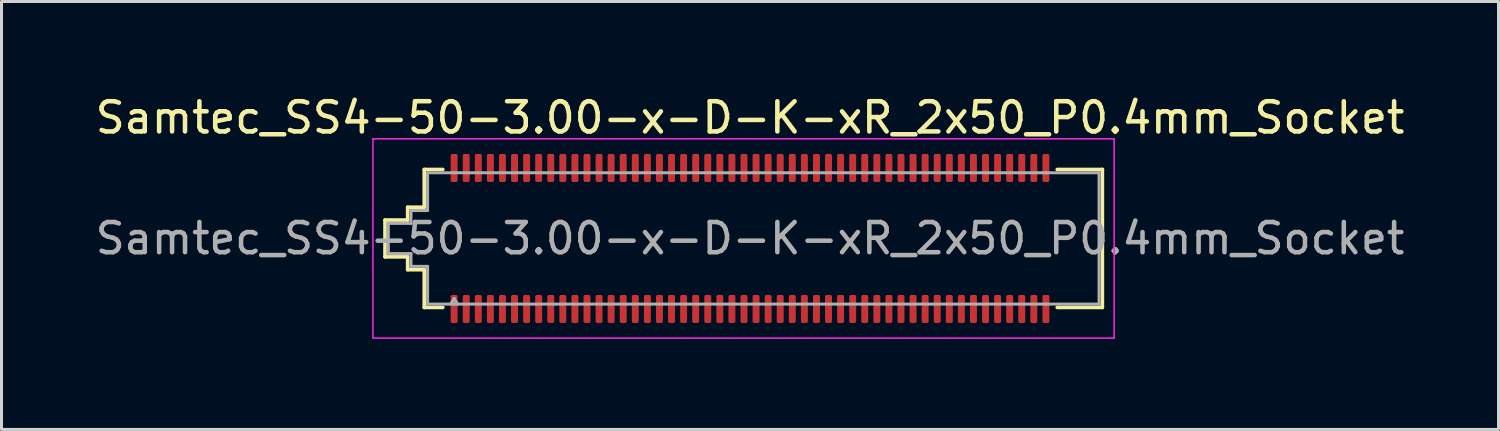
<source format=kicad_pcb>
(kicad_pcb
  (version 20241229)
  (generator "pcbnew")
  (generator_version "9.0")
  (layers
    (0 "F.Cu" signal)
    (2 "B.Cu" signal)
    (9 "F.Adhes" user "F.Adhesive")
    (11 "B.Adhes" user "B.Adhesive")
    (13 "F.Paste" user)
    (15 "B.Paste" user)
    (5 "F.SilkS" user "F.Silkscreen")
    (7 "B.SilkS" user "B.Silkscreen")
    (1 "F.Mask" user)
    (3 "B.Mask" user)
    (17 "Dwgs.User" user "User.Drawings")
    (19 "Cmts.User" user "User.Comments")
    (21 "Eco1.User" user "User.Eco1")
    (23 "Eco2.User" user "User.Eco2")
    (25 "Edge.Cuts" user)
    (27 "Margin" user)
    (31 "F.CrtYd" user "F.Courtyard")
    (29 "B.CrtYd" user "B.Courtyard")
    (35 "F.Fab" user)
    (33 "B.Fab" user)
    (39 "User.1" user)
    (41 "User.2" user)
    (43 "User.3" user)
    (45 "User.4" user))
  (footprint "Samtec_SS4-50-3.00-x-D-K-xR_2x50_P0.4mm_Socket"
    (layer "F.Cu")
    (at 21.792 4.848)
    (property "Reference" "Samtec_SS4-50-3.00-x-D-K-xR_2x50_P0.4mm_Socket" (at 0 -4 0) (layer "F.SilkS") (effects (font (size 1 1) (thickness 0.15))))
    (attr smd)
    (fp_line (start -12.09 -0.61) (end -11.34 -0.61) (stroke (width 0.12) (type solid)) (layer "F.SilkS"))
    (fp_line (start -12.09 0.61) (end -12.09 -0.61) (stroke (width 0.12) (type solid)) (layer "F.SilkS"))
    (fp_line (start -11.34 -1.035) (end -10.79 -1.035) (stroke (width 0.12) (type solid)) (layer "F.SilkS"))
    (fp_line (start -11.34 -0.61) (end -11.34 -1.035) (stroke (width 0.12) (type solid)) (layer "F.SilkS"))
    (fp_line (start -11.34 0.61) (end -12.09 0.61) (stroke (width 0.12) (type solid)) (layer "F.SilkS"))
    (fp_line (start -11.34 1.035) (end -11.34 0.61) (stroke (width 0.12) (type solid)) (layer "F.SilkS"))
    (fp_line (start -10.79 -2.285) (end -10.175 -2.285) (stroke (width 0.12) (type solid)) (layer "F.SilkS"))
    (fp_line (start -10.79 -1.035) (end -10.79 -2.285) (stroke (width 0.12) (type solid)) (layer "F.SilkS"))
    (fp_line (start -10.79 1.035) (end -11.34 1.035) (stroke (width 0.12) (type solid)) (layer "F.SilkS"))
    (fp_line (start -10.79 2.285) (end -10.79 1.035) (stroke (width 0.12) (type solid)) (layer "F.SilkS"))
    (fp_line (start -10.175 2.285) (end -10.79 2.285) (stroke (width 0.12) (type solid)) (layer "F.SilkS"))
    (fp_line (start 10.175 -2.285) (end 11.67 -2.285) (stroke (width 0.12) (type solid)) (layer "F.SilkS"))
    (fp_line (start 11.67 -2.285) (end 11.67 2.285) (stroke (width 0.12) (type solid)) (layer "F.SilkS"))
    (fp_line (start 11.67 2.285) (end 10.175 2.285) (stroke (width 0.12) (type solid)) (layer "F.SilkS"))
    (fp_line (start -12.49 -3.3) (end -12.49 3.3) (stroke (width 0.05) (type solid)) (layer "F.CrtYd"))
    (fp_line (start -12.49 3.3) (end 12.06 3.3) (stroke (width 0.05) (type solid)) (layer "F.CrtYd"))
    (fp_line (start 12.06 -3.3) (end -12.49 -3.3) (stroke (width 0.05) (type solid)) (layer "F.CrtYd"))
    (fp_line (start 12.06 3.3) (end 12.06 -3.3) (stroke (width 0.05) (type solid)) (layer "F.CrtYd"))
    (fp_line (start -11.98 -0.5) (end -11.23 -0.5) (stroke (width 0.1) (type solid)) (layer "F.Fab"))
    (fp_line (start -11.98 0.5) (end -11.98 -0.5) (stroke (width 0.1) (type solid)) (layer "F.Fab"))
    (fp_line (start -11.23 -0.925) (end -10.68 -0.925) (stroke (width 0.1) (type solid)) (layer "F.Fab"))
    (fp_line (start -11.23 -0.5) (end -11.23 -0.925) (stroke (width 0.1) (type solid)) (layer "F.Fab"))
    (fp_line (start -11.23 0.5) (end -11.98 0.5) (stroke (width 0.1) (type solid)) (layer "F.Fab"))
    (fp_line (start -11.23 0.925) (end -11.23 0.5) (stroke (width 0.1) (type solid)) (layer "F.Fab"))
    (fp_line (start -10.68 -2.175) (end -9.8 -2.175) (stroke (width 0.1) (type solid)) (layer "F.Fab"))
    (fp_line (start -10.68 -0.925) (end -10.68 -2.175) (stroke (width 0.1) (type solid)) (layer "F.Fab"))
    (fp_line (start -10.68 0.925) (end -11.23 0.925) (stroke (width 0.1) (type solid)) (layer "F.Fab"))
    (fp_line (start -10.68 2.175) (end -10.68 0.925) (stroke (width 0.1) (type solid)) (layer "F.Fab"))
    (fp_line (start -9.8 -2.175) (end 9.8 -2.175) (stroke (width 0.1) (type solid)) (layer "F.Fab"))
    (fp_line (start -9.8 1.991) (end -9.915 2.175) (stroke (width 0.1) (type solid)) (layer "F.Fab"))
    (fp_line (start -9.8 1.991) (end -9.685 2.175) (stroke (width 0.1) (type solid)) (layer "F.Fab"))
    (fp_line (start -9.8 2.175) (end -10.68 2.175) (stroke (width 0.1) (type solid)) (layer "F.Fab"))
    (fp_line (start 9.8 -2.175) (end 11.56 -2.175) (stroke (width 0.1) (type solid)) (layer "F.Fab"))
    (fp_line (start 9.8 2.175) (end -9.8 2.175) (stroke (width 0.1) (type solid)) (layer "F.Fab"))
    (fp_line (start 11.56 -2.175) (end 11.56 2.175) (stroke (width 0.1) (type solid)) (layer "F.Fab"))
    (fp_line (start 11.56 2.175) (end 9.8 2.175) (stroke (width 0.1) (type solid)) (layer "F.Fab"))
    (fp_text user "${REFERENCE}" (at 0 0 0) (layer "F.Fab") (effects (font (size 1 1) (thickness 0.15))))
    (pad "1" smd roundrect (at -9.8 2.335) (size 0.23 0.93) (layers "F.Cu" "F.Mask" "F.Paste") (roundrect_rratio 0.25))
    (pad "2" smd roundrect (at -9.8 -2.335) (size 0.23 0.93) (layers "F.Cu" "F.Mask" "F.Paste") (roundrect_rratio 0.25))
    (pad "3" smd roundrect (at -9.4 2.335) (size 0.23 0.93) (layers "F.Cu" "F.Mask" "F.Paste") (roundrect_rratio 0.25))
    (pad "4" smd roundrect (at -9.4 -2.335) (size 0.23 0.93) (layers "F.Cu" "F.Mask" "F.Paste") (roundrect_rratio 0.25))
    (pad "5" smd roundrect (at -9 2.335) (size 0.23 0.93) (layers "F.Cu" "F.Mask" "F.Paste") (roundrect_rratio 0.25))
    (pad "6" smd roundrect (at -9 -2.335) (size 0.23 0.93) (layers "F.Cu" "F.Mask" "F.Paste") (roundrect_rratio 0.25))
    (pad "7" smd roundrect (at -8.6 2.335) (size 0.23 0.93) (layers "F.Cu" "F.Mask" "F.Paste") (roundrect_rratio 0.25))
    (pad "8" smd roundrect (at -8.6 -2.335) (size 0.23 0.93) (layers "F.Cu" "F.Mask" "F.Paste") (roundrect_rratio 0.25))
    (pad "9" smd roundrect (at -8.2 2.335) (size 0.23 0.93) (layers "F.Cu" "F.Mask" "F.Paste") (roundrect_rratio 0.25))
    (pad "10" smd roundrect (at -8.2 -2.335) (size 0.23 0.93) (layers "F.Cu" "F.Mask" "F.Paste") (roundrect_rratio 0.25))
    (pad "11" smd roundrect (at -7.8 2.335) (size 0.23 0.93) (layers "F.Cu" "F.Mask" "F.Paste") (roundrect_rratio 0.25))
    (pad "12" smd roundrect (at -7.8 -2.335) (size 0.23 0.93) (layers "F.Cu" "F.Mask" "F.Paste") (roundrect_rratio 0.25))
    (pad "13" smd roundrect (at -7.4 2.335) (size 0.23 0.93) (layers "F.Cu" "F.Mask" "F.Paste") (roundrect_rratio 0.25))
    (pad "14" smd roundrect (at -7.4 -2.335) (size 0.23 0.93) (layers "F.Cu" "F.Mask" "F.Paste") (roundrect_rratio 0.25))
    (pad "15" smd roundrect (at -7 2.335) (size 0.23 0.93) (layers "F.Cu" "F.Mask" "F.Paste") (roundrect_rratio 0.25))
    (pad "16" smd roundrect (at -7 -2.335) (size 0.23 0.93) (layers "F.Cu" "F.Mask" "F.Paste") (roundrect_rratio 0.25))
    (pad "17" smd roundrect (at -6.6 2.335) (size 0.23 0.93) (layers "F.Cu" "F.Mask" "F.Paste") (roundrect_rratio 0.25))
    (pad "18" smd roundrect (at -6.6 -2.335) (size 0.23 0.93) (layers "F.Cu" "F.Mask" "F.Paste") (roundrect_rratio 0.25))
    (pad "19" smd roundrect (at -6.2 2.335) (size 0.23 0.93) (layers "F.Cu" "F.Mask" "F.Paste") (roundrect_rratio 0.25))
    (pad "20" smd roundrect (at -6.2 -2.335) (size 0.23 0.93) (layers "F.Cu" "F.Mask" "F.Paste") (roundrect_rratio 0.25))
    (pad "21" smd roundrect (at -5.8 2.335) (size 0.23 0.93) (layers "F.Cu" "F.Mask" "F.Paste") (roundrect_rratio 0.25))
    (pad "22" smd roundrect (at -5.8 -2.335) (size 0.23 0.93) (layers "F.Cu" "F.Mask" "F.Paste") (roundrect_rratio 0.25))
    (pad "23" smd roundrect (at -5.4 2.335) (size 0.23 0.93) (layers "F.Cu" "F.Mask" "F.Paste") (roundrect_rratio 0.25))
    (pad "24" smd roundrect (at -5.4 -2.335) (size 0.23 0.93) (layers "F.Cu" "F.Mask" "F.Paste") (roundrect_rratio 0.25))
    (pad "25" smd roundrect (at -5 2.335) (size 0.23 0.93) (layers "F.Cu" "F.Mask" "F.Paste") (roundrect_rratio 0.25))
    (pad "26" smd roundrect (at -5 -2.335) (size 0.23 0.93) (layers "F.Cu" "F.Mask" "F.Paste") (roundrect_rratio 0.25))
    (pad "27" smd roundrect (at -4.6 2.335) (size 0.23 0.93) (layers "F.Cu" "F.Mask" "F.Paste") (roundrect_rratio 0.25))
    (pad "28" smd roundrect (at -4.6 -2.335) (size 0.23 0.93) (layers "F.Cu" "F.Mask" "F.Paste") (roundrect_rratio 0.25))
    (pad "29" smd roundrect (at -4.2 2.335) (size 0.23 0.93) (layers "F.Cu" "F.Mask" "F.Paste") (roundrect_rratio 0.25))
    (pad "30" smd roundrect (at -4.2 -2.335) (size 0.23 0.93) (layers "F.Cu" "F.Mask" "F.Paste") (roundrect_rratio 0.25))
    (pad "31" smd roundrect (at -3.8 2.335) (size 0.23 0.93) (layers "F.Cu" "F.Mask" "F.Paste") (roundrect_rratio 0.25))
    (pad "32" smd roundrect (at -3.8 -2.335) (size 0.23 0.93) (layers "F.Cu" "F.Mask" "F.Paste") (roundrect_rratio 0.25))
    (pad "33" smd roundrect (at -3.4 2.335) (size 0.23 0.93) (layers "F.Cu" "F.Mask" "F.Paste") (roundrect_rratio 0.25))
    (pad "34" smd roundrect (at -3.4 -2.335) (size 0.23 0.93) (layers "F.Cu" "F.Mask" "F.Paste") (roundrect_rratio 0.25))
    (pad "35" smd roundrect (at -3 2.335) (size 0.23 0.93) (layers "F.Cu" "F.Mask" "F.Paste") (roundrect_rratio 0.25))
    (pad "36" smd roundrect (at -3 -2.335) (size 0.23 0.93) (layers "F.Cu" "F.Mask" "F.Paste") (roundrect_rratio 0.25))
    (pad "37" smd roundrect (at -2.6 2.335) (size 0.23 0.93) (layers "F.Cu" "F.Mask" "F.Paste") (roundrect_rratio 0.25))
    (pad "38" smd roundrect (at -2.6 -2.335) (size 0.23 0.93) (layers "F.Cu" "F.Mask" "F.Paste") (roundrect_rratio 0.25))
    (pad "39" smd roundrect (at -2.2 2.335) (size 0.23 0.93) (layers "F.Cu" "F.Mask" "F.Paste") (roundrect_rratio 0.25))
    (pad "40" smd roundrect (at -2.2 -2.335) (size 0.23 0.93) (layers "F.Cu" "F.Mask" "F.Paste") (roundrect_rratio 0.25))
    (pad "41" smd roundrect (at -1.8 2.335) (size 0.23 0.93) (layers "F.Cu" "F.Mask" "F.Paste") (roundrect_rratio 0.25))
    (pad "42" smd roundrect (at -1.8 -2.335) (size 0.23 0.93) (layers "F.Cu" "F.Mask" "F.Paste") (roundrect_rratio 0.25))
    (pad "43" smd roundrect (at -1.4 2.335) (size 0.23 0.93) (layers "F.Cu" "F.Mask" "F.Paste") (roundrect_rratio 0.25))
    (pad "44" smd roundrect (at -1.4 -2.335) (size 0.23 0.93) (layers "F.Cu" "F.Mask" "F.Paste") (roundrect_rratio 0.25))
    (pad "45" smd roundrect (at -1 2.335) (size 0.23 0.93) (layers "F.Cu" "F.Mask" "F.Paste") (roundrect_rratio 0.25))
    (pad "46" smd roundrect (at -1 -2.335) (size 0.23 0.93) (layers "F.Cu" "F.Mask" "F.Paste") (roundrect_rratio 0.25))
    (pad "47" smd roundrect (at -0.6 2.335) (size 0.23 0.93) (layers "F.Cu" "F.Mask" "F.Paste") (roundrect_rratio 0.25))
    (pad "48" smd roundrect (at -0.6 -2.335) (size 0.23 0.93) (layers "F.Cu" "F.Mask" "F.Paste") (roundrect_rratio 0.25))
    (pad "49" smd roundrect (at -0.2 2.335) (size 0.23 0.93) (layers "F.Cu" "F.Mask" "F.Paste") (roundrect_rratio 0.25))
    (pad "50" smd roundrect (at -0.2 -2.335) (size 0.23 0.93) (layers "F.Cu" "F.Mask" "F.Paste") (roundrect_rratio 0.25))
    (pad "51" smd roundrect (at 0.2 2.335) (size 0.23 0.93) (layers "F.Cu" "F.Mask" "F.Paste") (roundrect_rratio 0.25))
    (pad "52" smd roundrect (at 0.2 -2.335) (size 0.23 0.93) (layers "F.Cu" "F.Mask" "F.Paste") (roundrect_rratio 0.25))
    (pad "53" smd roundrect (at 0.6 2.335) (size 0.23 0.93) (layers "F.Cu" "F.Mask" "F.Paste") (roundrect_rratio 0.25))
    (pad "54" smd roundrect (at 0.6 -2.335) (size 0.23 0.93) (layers "F.Cu" "F.Mask" "F.Paste") (roundrect_rratio 0.25))
    (pad "55" smd roundrect (at 1 2.335) (size 0.23 0.93) (layers "F.Cu" "F.Mask" "F.Paste") (roundrect_rratio 0.25))
    (pad "56" smd roundrect (at 1 -2.335) (size 0.23 0.93) (layers "F.Cu" "F.Mask" "F.Paste") (roundrect_rratio 0.25))
    (pad "57" smd roundrect (at 1.4 2.335) (size 0.23 0.93) (layers "F.Cu" "F.Mask" "F.Paste") (roundrect_rratio 0.25))
    (pad "58" smd roundrect (at 1.4 -2.335) (size 0.23 0.93) (layers "F.Cu" "F.Mask" "F.Paste") (roundrect_rratio 0.25))
    (pad "59" smd roundrect (at 1.8 2.335) (size 0.23 0.93) (layers "F.Cu" "F.Mask" "F.Paste") (roundrect_rratio 0.25))
    (pad "60" smd roundrect (at 1.8 -2.335) (size 0.23 0.93) (layers "F.Cu" "F.Mask" "F.Paste") (roundrect_rratio 0.25))
    (pad "61" smd roundrect (at 2.2 2.335) (size 0.23 0.93) (layers "F.Cu" "F.Mask" "F.Paste") (roundrect_rratio 0.25))
    (pad "62" smd roundrect (at 2.2 -2.335) (size 0.23 0.93) (layers "F.Cu" "F.Mask" "F.Paste") (roundrect_rratio 0.25))
    (pad "63" smd roundrect (at 2.6 2.335) (size 0.23 0.93) (layers "F.Cu" "F.Mask" "F.Paste") (roundrect_rratio 0.25))
    (pad "64" smd roundrect (at 2.6 -2.335) (size 0.23 0.93) (layers "F.Cu" "F.Mask" "F.Paste") (roundrect_rratio 0.25))
    (pad "65" smd roundrect (at 3 2.335) (size 0.23 0.93) (layers "F.Cu" "F.Mask" "F.Paste") (roundrect_rratio 0.25))
    (pad "66" smd roundrect (at 3 -2.335) (size 0.23 0.93) (layers "F.Cu" "F.Mask" "F.Paste") (roundrect_rratio 0.25))
    (pad "67" smd roundrect (at 3.4 2.335) (size 0.23 0.93) (layers "F.Cu" "F.Mask" "F.Paste") (roundrect_rratio 0.25))
    (pad "68" smd roundrect (at 3.4 -2.335) (size 0.23 0.93) (layers "F.Cu" "F.Mask" "F.Paste") (roundrect_rratio 0.25))
    (pad "69" smd roundrect (at 3.8 2.335) (size 0.23 0.93) (layers "F.Cu" "F.Mask" "F.Paste") (roundrect_rratio 0.25))
    (pad "70" smd roundrect (at 3.8 -2.335) (size 0.23 0.93) (layers "F.Cu" "F.Mask" "F.Paste") (roundrect_rratio 0.25))
    (pad "71" smd roundrect (at 4.2 2.335) (size 0.23 0.93) (layers "F.Cu" "F.Mask" "F.Paste") (roundrect_rratio 0.25))
    (pad "72" smd roundrect (at 4.2 -2.335) (size 0.23 0.93) (layers "F.Cu" "F.Mask" "F.Paste") (roundrect_rratio 0.25))
    (pad "73" smd roundrect (at 4.6 2.335) (size 0.23 0.93) (layers "F.Cu" "F.Mask" "F.Paste") (roundrect_rratio 0.25))
    (pad "74" smd roundrect (at 4.6 -2.335) (size 0.23 0.93) (layers "F.Cu" "F.Mask" "F.Paste") (roundrect_rratio 0.25))
    (pad "75" smd roundrect (at 5 2.335) (size 0.23 0.93) (layers "F.Cu" "F.Mask" "F.Paste") (roundrect_rratio 0.25))
    (pad "76" smd roundrect (at 5 -2.335) (size 0.23 0.93) (layers "F.Cu" "F.Mask" "F.Paste") (roundrect_rratio 0.25))
    (pad "77" smd roundrect (at 5.4 2.335) (size 0.23 0.93) (layers "F.Cu" "F.Mask" "F.Paste") (roundrect_rratio 0.25))
    (pad "78" smd roundrect (at 5.4 -2.335) (size 0.23 0.93) (layers "F.Cu" "F.Mask" "F.Paste") (roundrect_rratio 0.25))
    (pad "79" smd roundrect (at 5.8 2.335) (size 0.23 0.93) (layers "F.Cu" "F.Mask" "F.Paste") (roundrect_rratio 0.25))
    (pad "80" smd roundrect (at 5.8 -2.335) (size 0.23 0.93) (layers "F.Cu" "F.Mask" "F.Paste") (roundrect_rratio 0.25))
    (pad "81" smd roundrect (at 6.2 2.335) (size 0.23 0.93) (layers "F.Cu" "F.Mask" "F.Paste") (roundrect_rratio 0.25))
    (pad "82" smd roundrect (at 6.2 -2.335) (size 0.23 0.93) (layers "F.Cu" "F.Mask" "F.Paste") (roundrect_rratio 0.25))
    (pad "83" smd roundrect (at 6.6 2.335) (size 0.23 0.93) (layers "F.Cu" "F.Mask" "F.Paste") (roundrect_rratio 0.25))
    (pad "84" smd roundrect (at 6.6 -2.335) (size 0.23 0.93) (layers "F.Cu" "F.Mask" "F.Paste") (roundrect_rratio 0.25))
    (pad "85" smd roundrect (at 7 2.335) (size 0.23 0.93) (layers "F.Cu" "F.Mask" "F.Paste") (roundrect_rratio 0.25))
    (pad "86" smd roundrect (at 7 -2.335) (size 0.23 0.93) (layers "F.Cu" "F.Mask" "F.Paste") (roundrect_rratio 0.25))
    (pad "87" smd roundrect (at 7.4 2.335) (size 0.23 0.93) (layers "F.Cu" "F.Mask" "F.Paste") (roundrect_rratio 0.25))
    (pad "88" smd roundrect (at 7.4 -2.335) (size 0.23 0.93) (layers "F.Cu" "F.Mask" "F.Paste") (roundrect_rratio 0.25))
    (pad "89" smd roundrect (at 7.8 2.335) (size 0.23 0.93) (layers "F.Cu" "F.Mask" "F.Paste") (roundrect_rratio 0.25))
    (pad "90" smd roundrect (at 7.8 -2.335) (size 0.23 0.93) (layers "F.Cu" "F.Mask" "F.Paste") (roundrect_rratio 0.25))
    (pad "91" smd roundrect (at 8.2 2.335) (size 0.23 0.93) (layers "F.Cu" "F.Mask" "F.Paste") (roundrect_rratio 0.25))
    (pad "92" smd roundrect (at 8.2 -2.335) (size 0.23 0.93) (layers "F.Cu" "F.Mask" "F.Paste") (roundrect_rratio 0.25))
    (pad "93" smd roundrect (at 8.6 2.335) (size 0.23 0.93) (layers "F.Cu" "F.Mask" "F.Paste") (roundrect_rratio 0.25))
    (pad "94" smd roundrect (at 8.6 -2.335) (size 0.23 0.93) (layers "F.Cu" "F.Mask" "F.Paste") (roundrect_rratio 0.25))
    (pad "95" smd roundrect (at 9 2.335) (size 0.23 0.93) (layers "F.Cu" "F.Mask" "F.Paste") (roundrect_rratio 0.25))
    (pad "96" smd roundrect (at 9 -2.335) (size 0.23 0.93) (layers "F.Cu" "F.Mask" "F.Paste") (roundrect_rratio 0.25))
    (pad "97" smd roundrect (at 9.4 2.335) (size 0.23 0.93) (layers "F.Cu" "F.Mask" "F.Paste") (roundrect_rratio 0.25))
    (pad "98" smd roundrect (at 9.4 -2.335) (size 0.23 0.93) (layers "F.Cu" "F.Mask" "F.Paste") (roundrect_rratio 0.25))
    (pad "99" smd roundrect (at 9.8 2.335) (size 0.23 0.93) (layers "F.Cu" "F.Mask" "F.Paste") (roundrect_rratio 0.25))
    (pad "100" smd roundrect (at 9.8 -2.335) (size 0.23 0.93) (layers "F.Cu" "F.Mask" "F.Paste") (roundrect_rratio 0.25)))
  (gr_rect
    (start -3 -3)
    (end 46.583 11.173)
    (stroke (width 0.1) (type default))
    (fill no)
    (layer "Edge.Cuts")))
</source>
